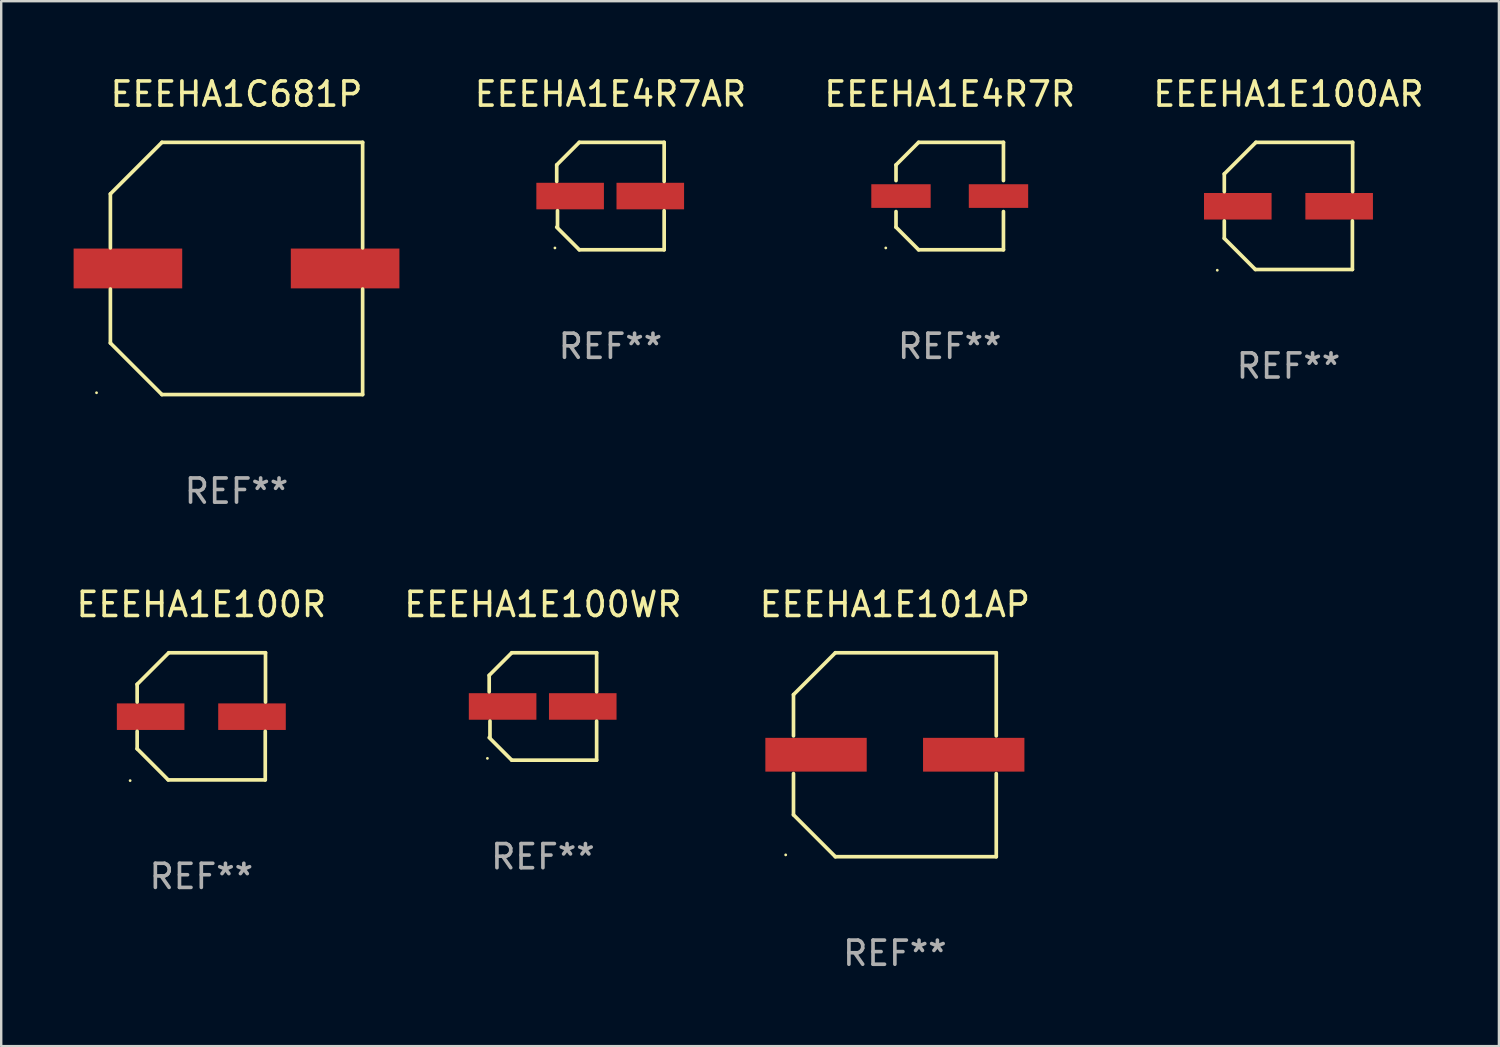
<source format=kicad_pcb>
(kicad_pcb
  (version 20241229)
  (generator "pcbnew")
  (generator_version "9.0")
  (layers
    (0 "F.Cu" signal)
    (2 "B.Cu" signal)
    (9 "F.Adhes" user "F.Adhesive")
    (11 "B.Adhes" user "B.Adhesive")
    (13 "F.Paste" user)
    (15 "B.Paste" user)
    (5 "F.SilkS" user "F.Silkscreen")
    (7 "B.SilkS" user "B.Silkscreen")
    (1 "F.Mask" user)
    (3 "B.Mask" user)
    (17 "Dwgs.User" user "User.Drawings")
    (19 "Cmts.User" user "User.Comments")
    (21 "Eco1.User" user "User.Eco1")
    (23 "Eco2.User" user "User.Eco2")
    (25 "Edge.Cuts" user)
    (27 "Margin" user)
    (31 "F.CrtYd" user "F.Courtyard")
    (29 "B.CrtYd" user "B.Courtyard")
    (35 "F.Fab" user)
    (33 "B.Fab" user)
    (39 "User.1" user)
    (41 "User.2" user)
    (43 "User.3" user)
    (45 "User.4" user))
  (footprint "EEEHA1E4R7R"
    (layer "F.Cu")
    (at 36.303 5.074)
    (property "Reference" "EEEHA1E4R7R" (at 0 -4.226 0) (layer "F.SilkS") (effects (font (size 1 1) (thickness 0.15))))
    (attr through_hole)
    (fp_line (start -2.226 -1.29) (end -1.29 -2.226) (stroke (width 0.152) (type solid)) (layer "F.SilkS"))
    (fp_line (start -2.226 -0.642) (end -2.226 -1.29) (stroke (width 0.152) (type solid)) (layer "F.SilkS"))
    (fp_line (start -2.226 0.642) (end -2.226 1.29) (stroke (width 0.152) (type solid)) (layer "F.SilkS"))
    (fp_line (start -2.226 1.29) (end -1.29 2.226) (stroke (width 0.152) (type solid)) (layer "F.SilkS"))
    (fp_line (start -1.29 -2.226) (end 2.226 -2.226) (stroke (width 0.152) (type solid)) (layer "F.SilkS"))
    (fp_line (start -1.29 2.226) (end 2.226 2.226) (stroke (width 0.152) (type solid)) (layer "F.SilkS"))
    (fp_line (start 2.226 -2.226) (end 2.226 -0.642) (stroke (width 0.152) (type solid)) (layer "F.SilkS"))
    (fp_line (start 2.226 2.226) (end 2.226 0.642) (stroke (width 0.152) (type solid)) (layer "F.SilkS"))
    (fp_circle (center -2.65 2.15) (end -2.62 2.15) (stroke (width 0.06) (type solid)) (fill no) (layer "F.SilkS"))
    (fp_text user "REF**" (at 0 6.226 0) (layer "F.Fab") (effects (font (size 1 1) (thickness 0.15))))
    (pad "1" smd rect (at -2.02 -0.000013) (size 2.46 0.98) (layers "F.Cu" "F.Mask" "F.Paste"))
    (pad "2" smd rect (at 2.02 -0.000013) (size 2.46 0.98) (layers "F.Cu" "F.Mask" "F.Paste")))
  (footprint "EEEHA1C681P"
    (layer "F.Cu")
    (at 6.75 8.074)
    (property "Reference" "EEEHA1C681P" (at 0 -7.226 0) (layer "F.SilkS") (effects (font (size 1 1) (thickness 0.15))))
    (attr through_hole)
    (fp_line (start -5.226 -3.09) (end -5.226 -0.852) (stroke (width 0.152) (type solid)) (layer "F.SilkS"))
    (fp_line (start -5.226 3.09) (end -5.226 0.852) (stroke (width 0.152) (type solid)) (layer "F.SilkS"))
    (fp_line (start -3.09 -5.226) (end -5.226 -3.09) (stroke (width 0.152) (type solid)) (layer "F.SilkS"))
    (fp_line (start -3.09 5.226) (end -5.226 3.09) (stroke (width 0.152) (type solid)) (layer "F.SilkS"))
    (fp_line (start 5.226 -5.226) (end -3.09 -5.226) (stroke (width 0.152) (type solid)) (layer "F.SilkS"))
    (fp_line (start 5.226 -0.852) (end 5.226 -5.226) (stroke (width 0.152) (type solid)) (layer "F.SilkS"))
    (fp_line (start 5.226 0.852) (end 5.226 5.226) (stroke (width 0.152) (type solid)) (layer "F.SilkS"))
    (fp_line (start 5.226 5.226) (end -3.09 5.226) (stroke (width 0.152) (type solid)) (layer "F.SilkS"))
    (fp_circle (center -5.8 5.15) (end -5.77 5.15) (stroke (width 0.06) (type solid)) (fill no) (layer "F.SilkS"))
    (fp_text user "REF**" (at 0 9.226 0) (layer "F.Fab") (effects (font (size 1 1) (thickness 0.15))))
    (pad "1" smd rect (at -4.5 0) (size 4.5 1.65) (layers "F.Cu" "F.Mask" "F.Paste"))
    (pad "2" smd rect (at 4.5 0) (size 4.5 1.65) (layers "F.Cu" "F.Mask" "F.Paste")))
  (footprint "EEEHA1E4R7AR"
    (layer "F.Cu")
    (at 22.244 5.074)
    (property "Reference" "EEEHA1E4R7AR" (at 0 -4.226 0) (layer "F.SilkS") (effects (font (size 1 1) (thickness 0.15))))
    (attr through_hole)
    (fp_line (start -2.226 -1.29) (end -2.226 -0.607) (stroke (width 0.152) (type solid)) (layer "F.SilkS"))
    (fp_line (start -2.193 1.29) (end -2.193 0.607) (stroke (width 0.152) (type solid)) (layer "F.SilkS"))
    (fp_line (start -1.29 2.226) (end -2.226 1.29) (stroke (width 0.152) (type solid)) (layer "F.SilkS"))
    (fp_line (start -1.29 -2.226) (end -2.226 -1.29) (stroke (width 0.152) (type solid)) (layer "F.SilkS"))
    (fp_line (start 2.226 -2.226) (end -1.29 -2.226) (stroke (width 0.152) (type solid)) (layer "F.SilkS"))
    (fp_line (start 2.226 -0.607) (end 2.226 -2.226) (stroke (width 0.152) (type solid)) (layer "F.SilkS"))
    (fp_line (start 2.226 0.607) (end 2.226 2.226) (stroke (width 0.152) (type solid)) (layer "F.SilkS"))
    (fp_line (start 2.226 2.226) (end -1.29 2.226) (stroke (width 0.152) (type solid)) (layer "F.SilkS"))
    (fp_circle (center -2.3 2.15) (end -2.27 2.15) (stroke (width 0.06) (type solid)) (fill no) (layer "F.SilkS"))
    (fp_text user "REF**" (at 0 6.226 0) (layer "F.Fab") (effects (font (size 1 1) (thickness 0.15))))
    (pad "1" smd rect (at -1.67 -0.000025) (size 2.8 1.1) (layers "F.Cu" "F.Mask" "F.Paste"))
    (pad "2" smd rect (at 1.651 -0.000025) (size 2.8 1.1) (layers "F.Cu" "F.Mask" "F.Paste")))
  (footprint "EEEHA1E100WR"
    (layer "F.Cu")
    (at 19.446 26.223)
    (property "Reference" "EEEHA1E100WR" (at 0 -4.226 0) (layer "F.SilkS") (effects (font (size 1 1) (thickness 0.15))))
    (attr through_hole)
    (fp_line (start -2.226 -1.29) (end -2.226 -0.607) (stroke (width 0.152) (type solid)) (layer "F.SilkS"))
    (fp_line (start -2.193 1.29) (end -2.193 0.607) (stroke (width 0.152) (type solid)) (layer "F.SilkS"))
    (fp_line (start -1.29 2.226) (end -2.226 1.29) (stroke (width 0.152) (type solid)) (layer "F.SilkS"))
    (fp_line (start -1.29 -2.226) (end -2.226 -1.29) (stroke (width 0.152) (type solid)) (layer "F.SilkS"))
    (fp_line (start 2.226 -2.226) (end -1.29 -2.226) (stroke (width 0.152) (type solid)) (layer "F.SilkS"))
    (fp_line (start 2.226 -0.607) (end 2.226 -2.226) (stroke (width 0.152) (type solid)) (layer "F.SilkS"))
    (fp_line (start 2.226 0.607) (end 2.226 2.226) (stroke (width 0.152) (type solid)) (layer "F.SilkS"))
    (fp_line (start 2.226 2.226) (end -1.29 2.226) (stroke (width 0.152) (type solid)) (layer "F.SilkS"))
    (fp_circle (center -2.3 2.15) (end -2.27 2.15) (stroke (width 0.06) (type solid)) (fill no) (layer "F.SilkS"))
    (fp_text user "REF**" (at 0 6.226 0) (layer "F.Fab") (effects (font (size 1 1) (thickness 0.15))))
    (pad "1" smd rect (at -1.67 -0.000025) (size 2.8 1.1) (layers "F.Cu" "F.Mask" "F.Paste"))
    (pad "2" smd rect (at 1.651 -0.000025) (size 2.8 1.1) (layers "F.Cu" "F.Mask" "F.Paste")))
  (footprint "EEEHA1E101AP"
    (layer "F.Cu")
    (at 34.03 28.223)
    (property "Reference" "EEEHA1E101AP" (at 0 -6.226 0) (layer "F.SilkS") (effects (font (size 1 1) (thickness 0.15))))
    (attr through_hole)
    (fp_line (start -4.201 -2.49) (end -4.201 -0.782) (stroke (width 0.152) (type solid)) (layer "F.SilkS"))
    (fp_line (start -4.201 2.49) (end -4.201 0.782) (stroke (width 0.152) (type solid)) (layer "F.SilkS"))
    (fp_line (start -2.465 -4.226) (end -4.201 -2.49) (stroke (width 0.152) (type solid)) (layer "F.SilkS"))
    (fp_line (start -2.465 4.226) (end -4.201 2.49) (stroke (width 0.152) (type solid)) (layer "F.SilkS"))
    (fp_line (start 4.201 -4.226) (end -2.465 -4.226) (stroke (width 0.152) (type solid)) (layer "F.SilkS"))
    (fp_line (start 4.201 -0.782) (end 4.201 -4.226) (stroke (width 0.152) (type solid)) (layer "F.SilkS"))
    (fp_line (start 4.201 0.782) (end 4.201 4.226) (stroke (width 0.152) (type solid)) (layer "F.SilkS"))
    (fp_line (start 4.201 4.226) (end -2.465 4.226) (stroke (width 0.152) (type solid)) (layer "F.SilkS"))
    (fp_circle (center -4.524 4.15) (end -4.494 4.15) (stroke (width 0.06) (type solid)) (fill no) (layer "F.SilkS"))
    (fp_text user "REF**" (at 0 8.226 0) (layer "F.Fab") (effects (font (size 1 1) (thickness 0.15))))
    (pad "1" smd rect (at -3.267 0) (size 4.2 1.4) (layers "F.Cu" "F.Mask" "F.Paste"))
    (pad "2" smd rect (at 3.267 0) (size 4.2 1.4) (layers "F.Cu" "F.Mask" "F.Paste")))
  (footprint "EEEHA1E100AR"
    (layer "F.Cu")
    (at 50.339 5.482)
    (property "Reference" "EEEHA1E100AR" (at 0 -4.634 0) (layer "F.SilkS") (effects (font (size 1 1) (thickness 0.15))))
    (attr through_hole)
    (fp_line (start -2.659 -1.326) (end -2.659 -0.592) (stroke (width 0.152) (type solid)) (layer "F.SilkS"))
    (fp_line (start -2.659 1.346) (end -2.659 0.622) (stroke (width 0.152) (type solid)) (layer "F.SilkS"))
    (fp_line (start -1.372 2.634) (end -2.659 1.346) (stroke (width 0.152) (type solid)) (layer "F.SilkS"))
    (fp_line (start -1.349 -2.634) (end -2.659 -1.326) (stroke (width 0.152) (type solid)) (layer "F.SilkS"))
    (fp_line (start 2.649 0.622) (end 2.649 2.634) (stroke (width 0.152) (type solid)) (layer "F.SilkS"))
    (fp_line (start 2.649 2.634) (end -1.372 2.634) (stroke (width 0.152) (type solid)) (layer "F.SilkS"))
    (fp_line (start 2.659 -2.634) (end -1.349 -2.634) (stroke (width 0.152) (type solid)) (layer "F.SilkS"))
    (fp_line (start 2.659 -0.592) (end 2.659 -2.634) (stroke (width 0.152) (type solid)) (layer "F.SilkS"))
    (fp_circle (center -2.95 2.665) (end -2.92 2.665) (stroke (width 0.06) (type solid)) (fill no) (layer "F.SilkS"))
    (fp_text user "REF**" (at 0 6.634 0) (layer "F.Fab") (effects (font (size 1 1) (thickness 0.15))))
    (pad "1" smd rect (at -2.1 0.015) (size 2.8 1.1) (layers "F.Cu" "F.Mask" "F.Paste"))
    (pad "2" smd rect (at 2.1 0.015) (size 2.8 1.1) (layers "F.Cu" "F.Mask" "F.Paste")))
  (footprint "EEEHA1E100R"
    (layer "F.Cu")
    (at 5.292 26.631)
    (property "Reference" "EEEHA1E100R" (at 0 -4.634 0) (layer "F.SilkS") (effects (font (size 1 1) (thickness 0.15))))
    (attr through_hole)
    (fp_line (start -2.659 -1.326) (end -2.659 -0.592) (stroke (width 0.152) (type solid)) (layer "F.SilkS"))
    (fp_line (start -2.659 1.346) (end -2.659 0.622) (stroke (width 0.152) (type solid)) (layer "F.SilkS"))
    (fp_line (start -1.372 2.634) (end -2.659 1.346) (stroke (width 0.152) (type solid)) (layer "F.SilkS"))
    (fp_line (start -1.349 -2.634) (end -2.659 -1.326) (stroke (width 0.152) (type solid)) (layer "F.SilkS"))
    (fp_line (start 2.649 0.622) (end 2.649 2.634) (stroke (width 0.152) (type solid)) (layer "F.SilkS"))
    (fp_line (start 2.649 2.634) (end -1.372 2.634) (stroke (width 0.152) (type solid)) (layer "F.SilkS"))
    (fp_line (start 2.659 -2.634) (end -1.349 -2.634) (stroke (width 0.152) (type solid)) (layer "F.SilkS"))
    (fp_line (start 2.659 -0.592) (end 2.659 -2.634) (stroke (width 0.152) (type solid)) (layer "F.SilkS"))
    (fp_circle (center -2.95 2.665) (end -2.92 2.665) (stroke (width 0.06) (type solid)) (fill no) (layer "F.SilkS"))
    (fp_text user "REF**" (at 0 6.634 0) (layer "F.Fab") (effects (font (size 1 1) (thickness 0.15))))
    (pad "1" smd rect (at -2.1 0.015) (size 2.8 1.1) (layers "F.Cu" "F.Mask" "F.Paste"))
    (pad "2" smd rect (at 2.1 0.015) (size 2.8 1.1) (layers "F.Cu" "F.Mask" "F.Paste")))
  (gr_rect
    (start -3 -3)
    (end 59.059 40.298)
    (stroke (width 0.1) (type default))
    (fill no)
    (layer "Edge.Cuts")))
</source>
